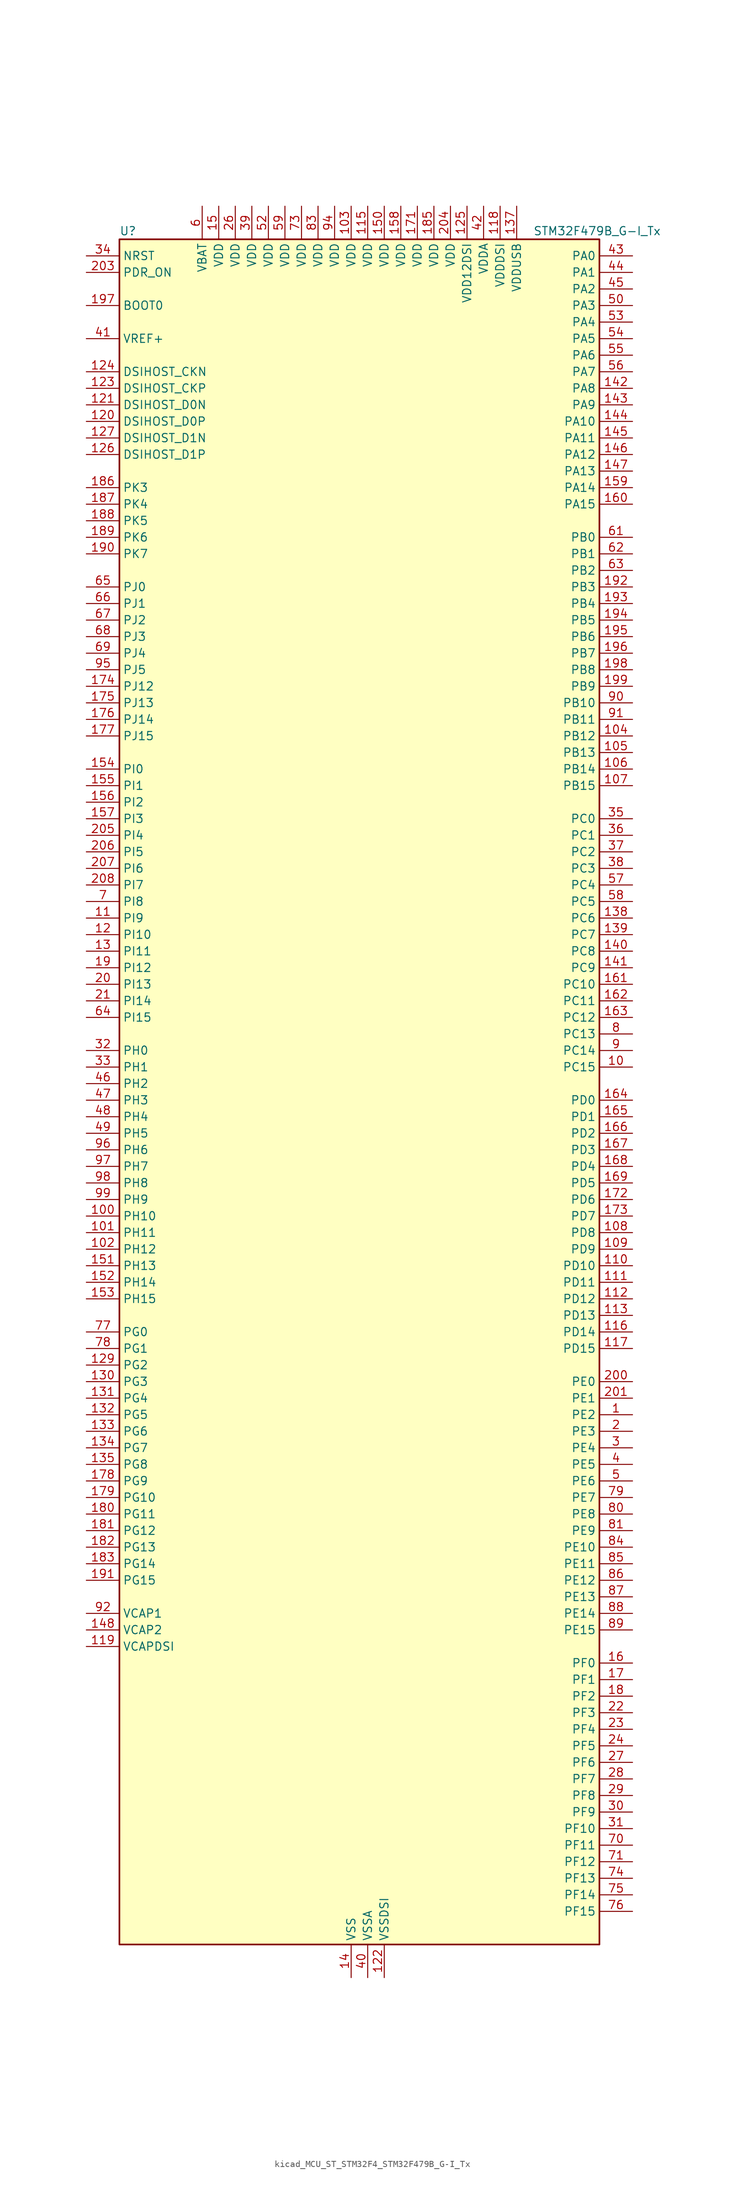
<source format=kicad_sym>
(kicad_symbol_lib
  (version 20220914)
  (generator kicad_symbol_editor)
  (symbol "kicad_MCU_ST_STM32F4_STM32F479B_G-I_Tx"
    (property "Reference" "U"
      (at -35.56 133.35 0)
      (effects (font (size 1.27 1.27)) (justify left)))
    (property "Value" "STM32F479B_G-I_Tx"
      (at 27.94 133.35 0)
      (effects (font (size 1.27 1.27)) (justify left)))
    (property "ki_locked" ""
      (at 0 0 0)
      (effects (font (size 1.27 1.27))))
    (symbol "kicad_MCU_ST_STM32F4_STM32F479B_G-I_Tx_0_1"
      (rectangle (start -35.56 -129.54) (end 38.1 132.08) (stroke (width 0.254) (type default)) (fill (type background))))
    (symbol "kicad_MCU_ST_STM32F4_STM32F479B_G-I_Tx_1_1"
      (pin bidirectional line (at 43.18 -48.26 180) (length 5.08) (name "PE2" (effects (font (size 1.27 1.27)))) (number "1" (effects (font (size 1.27 1.27)))) (alternate "ETH_TXD3" bidirectional line) (alternate "FMC_A23" bidirectional line) (alternate "QUADSPI_BK1_IO2" bidirectional line) (alternate "SAI1_MCLK_A" bidirectional line) (alternate "SPI4_SCK" bidirectional line) (alternate "SYS_TRACECLK" bidirectional line))
      (pin bidirectional line (at 43.18 5.08 180) (length 5.08) (name "PC15" (effects (font (size 1.27 1.27)))) (number "10" (effects (font (size 1.27 1.27)))) (alternate "ADC1_EXTI15" bidirectional line) (alternate "ADC2_EXTI15" bidirectional line) (alternate "ADC3_EXTI15" bidirectional line) (alternate "RCC_OSC32_OUT" bidirectional line))
      (pin bidirectional line (at -40.64 -17.78 0) (length 5.08) (name "PH10" (effects (font (size 1.27 1.27)))) (number "100" (effects (font (size 1.27 1.27)))) (alternate "DCMI_D1" bidirectional line) (alternate "FMC_D18" bidirectional line) (alternate "LTDC_R4" bidirectional line) (alternate "TIM5_CH1" bidirectional line))
      (pin bidirectional line (at -40.64 -20.32 0) (length 5.08) (name "PH11" (effects (font (size 1.27 1.27)))) (number "101" (effects (font (size 1.27 1.27)))) (alternate "ADC1_EXTI11" bidirectional line) (alternate "ADC2_EXTI11" bidirectional line) (alternate "ADC3_EXTI11" bidirectional line) (alternate "DCMI_D2" bidirectional line) (alternate "FMC_D19" bidirectional line) (alternate "LTDC_R5" bidirectional line) (alternate "TIM5_CH2" bidirectional line))
      (pin bidirectional line (at -40.64 -22.86 0) (length 5.08) (name "PH12" (effects (font (size 1.27 1.27)))) (number "102" (effects (font (size 1.27 1.27)))) (alternate "DCMI_D3" bidirectional line) (alternate "FMC_D20" bidirectional line) (alternate "LTDC_R6" bidirectional line) (alternate "TIM5_CH3" bidirectional line))
      (pin power_in line (at 0 137.16 270) (length 5.08) (name "VDD" (effects (font (size 1.27 1.27)))) (number "103" (effects (font (size 1.27 1.27)))))
      (pin bidirectional line (at 43.18 55.88 180) (length 5.08) (name "PB12" (effects (font (size 1.27 1.27)))) (number "104" (effects (font (size 1.27 1.27)))) (alternate "CAN2_RX" bidirectional line) (alternate "ETH_TXD0" bidirectional line) (alternate "I2C2_SMBA" bidirectional line) (alternate "I2S2_WS" bidirectional line) (alternate "SPI2_NSS" bidirectional line) (alternate "TIM1_BKIN" bidirectional line) (alternate "USART3_CK" bidirectional line) (alternate "USB_OTG_HS_ID" bidirectional line) (alternate "USB_OTG_HS_ULPI_D5" bidirectional line))
      (pin bidirectional line (at 43.18 53.34 180) (length 5.08) (name "PB13" (effects (font (size 1.27 1.27)))) (number "105" (effects (font (size 1.27 1.27)))) (alternate "CAN2_TX" bidirectional line) (alternate "ETH_TXD1" bidirectional line) (alternate "I2S2_CK" bidirectional line) (alternate "SPI2_SCK" bidirectional line) (alternate "TIM1_CH1N" bidirectional line) (alternate "USART3_CTS" bidirectional line) (alternate "USB_OTG_HS_ULPI_D6" bidirectional line) (alternate "USB_OTG_HS_VBUS" bidirectional line))
      (pin bidirectional line (at 43.18 50.8 180) (length 5.08) (name "PB14" (effects (font (size 1.27 1.27)))) (number "106" (effects (font (size 1.27 1.27)))) (alternate "I2S2_ext_SD" bidirectional line) (alternate "SPI2_MISO" bidirectional line) (alternate "TIM12_CH1" bidirectional line) (alternate "TIM1_CH2N" bidirectional line) (alternate "TIM8_CH2N" bidirectional line) (alternate "USART3_RTS" bidirectional line) (alternate "USB_OTG_HS_DM" bidirectional line))
      (pin bidirectional line (at 43.18 48.26 180) (length 5.08) (name "PB15" (effects (font (size 1.27 1.27)))) (number "107" (effects (font (size 1.27 1.27)))) (alternate "ADC1_EXTI15" bidirectional line) (alternate "ADC2_EXTI15" bidirectional line) (alternate "ADC3_EXTI15" bidirectional line) (alternate "I2S2_SD" bidirectional line) (alternate "RTC_REFIN" bidirectional line) (alternate "SPI2_MOSI" bidirectional line) (alternate "TIM12_CH2" bidirectional line) (alternate "TIM1_CH3N" bidirectional line) (alternate "TIM8_CH3N" bidirectional line) (alternate "USB_OTG_HS_DP" bidirectional line))
      (pin bidirectional line (at 43.18 -20.32 180) (length 5.08) (name "PD8" (effects (font (size 1.27 1.27)))) (number "108" (effects (font (size 1.27 1.27)))) (alternate "FMC_D13" bidirectional line) (alternate "FMC_DA13" bidirectional line) (alternate "USART3_TX" bidirectional line))
      (pin bidirectional line (at 43.18 -22.86 180) (length 5.08) (name "PD9" (effects (font (size 1.27 1.27)))) (number "109" (effects (font (size 1.27 1.27)))) (alternate "DAC_EXTI9" bidirectional line) (alternate "FMC_D14" bidirectional line) (alternate "FMC_DA14" bidirectional line) (alternate "USART3_RX" bidirectional line))
      (pin bidirectional line (at -40.64 27.94 0) (length 5.08) (name "PI9" (effects (font (size 1.27 1.27)))) (number "11" (effects (font (size 1.27 1.27)))) (alternate "CAN1_RX" bidirectional line) (alternate "DAC_EXTI9" bidirectional line) (alternate "FMC_D30" bidirectional line) (alternate "LTDC_VSYNC" bidirectional line))
      (pin bidirectional line (at 43.18 -25.4 180) (length 5.08) (name "PD10" (effects (font (size 1.27 1.27)))) (number "110" (effects (font (size 1.27 1.27)))) (alternate "FMC_D15" bidirectional line) (alternate "FMC_DA15" bidirectional line) (alternate "LTDC_B3" bidirectional line) (alternate "USART3_CK" bidirectional line))
      (pin bidirectional line (at 43.18 -27.94 180) (length 5.08) (name "PD11" (effects (font (size 1.27 1.27)))) (number "111" (effects (font (size 1.27 1.27)))) (alternate "ADC1_EXTI11" bidirectional line) (alternate "ADC2_EXTI11" bidirectional line) (alternate "ADC3_EXTI11" bidirectional line) (alternate "FMC_A16" bidirectional line) (alternate "FMC_CLE" bidirectional line) (alternate "QUADSPI_BK1_IO0" bidirectional line) (alternate "USART3_CTS" bidirectional line))
      (pin bidirectional line (at 43.18 -30.48 180) (length 5.08) (name "PD12" (effects (font (size 1.27 1.27)))) (number "112" (effects (font (size 1.27 1.27)))) (alternate "FMC_A17" bidirectional line) (alternate "FMC_ALE" bidirectional line) (alternate "QUADSPI_BK1_IO1" bidirectional line) (alternate "TIM4_CH1" bidirectional line) (alternate "USART3_RTS" bidirectional line))
      (pin bidirectional line (at 43.18 -33.02 180) (length 5.08) (name "PD13" (effects (font (size 1.27 1.27)))) (number "113" (effects (font (size 1.27 1.27)))) (alternate "FMC_A18" bidirectional line) (alternate "QUADSPI_BK1_IO3" bidirectional line) (alternate "TIM4_CH2" bidirectional line))
      (pin passive line (at 0 -134.62 90) (length 5.08) hide (name "VSS" (effects (font (size 1.27 1.27)))) (number "114" (effects (font (size 1.27 1.27)))))
      (pin power_in line (at 2.54 137.16 270) (length 5.08) (name "VDD" (effects (font (size 1.27 1.27)))) (number "115" (effects (font (size 1.27 1.27)))))
      (pin bidirectional line (at 43.18 -35.56 180) (length 5.08) (name "PD14" (effects (font (size 1.27 1.27)))) (number "116" (effects (font (size 1.27 1.27)))) (alternate "FMC_D0" bidirectional line) (alternate "FMC_DA0" bidirectional line) (alternate "TIM4_CH3" bidirectional line))
      (pin bidirectional line (at 43.18 -38.1 180) (length 5.08) (name "PD15" (effects (font (size 1.27 1.27)))) (number "117" (effects (font (size 1.27 1.27)))) (alternate "ADC1_EXTI15" bidirectional line) (alternate "ADC2_EXTI15" bidirectional line) (alternate "ADC3_EXTI15" bidirectional line) (alternate "FMC_D1" bidirectional line) (alternate "FMC_DA1" bidirectional line) (alternate "TIM4_CH4" bidirectional line))
      (pin power_in line (at 22.86 137.16 270) (length 5.08) (name "VDDDSI" (effects (font (size 1.27 1.27)))) (number "118" (effects (font (size 1.27 1.27)))))
      (pin power_out line (at -40.64 -83.82 0) (length 5.08) (name "VCAPDSI" (effects (font (size 1.27 1.27)))) (number "119" (effects (font (size 1.27 1.27)))))
      (pin bidirectional line (at -40.64 25.4 0) (length 5.08) (name "PI10" (effects (font (size 1.27 1.27)))) (number "12" (effects (font (size 1.27 1.27)))) (alternate "ETH_RX_ER" bidirectional line) (alternate "FMC_D31" bidirectional line) (alternate "LTDC_HSYNC" bidirectional line))
      (pin bidirectional line (at -40.64 104.14 0) (length 5.08) (name "DSIHOST_D0P" (effects (font (size 1.27 1.27)))) (number "120" (effects (font (size 1.27 1.27)))) (alternate "DSIHOST_D0P" bidirectional line))
      (pin bidirectional line (at -40.64 106.68 0) (length 5.08) (name "DSIHOST_D0N" (effects (font (size 1.27 1.27)))) (number "121" (effects (font (size 1.27 1.27)))) (alternate "DSIHOST_D0N" bidirectional line))
      (pin power_in line (at 5.08 -134.62 90) (length 5.08) (name "VSSDSI" (effects (font (size 1.27 1.27)))) (number "122" (effects (font (size 1.27 1.27)))))
      (pin bidirectional line (at -40.64 109.22 0) (length 5.08) (name "DSIHOST_CKP" (effects (font (size 1.27 1.27)))) (number "123" (effects (font (size 1.27 1.27)))) (alternate "DSIHOST_CKP" bidirectional line))
      (pin bidirectional line (at -40.64 111.76 0) (length 5.08) (name "DSIHOST_CKN" (effects (font (size 1.27 1.27)))) (number "124" (effects (font (size 1.27 1.27)))) (alternate "DSIHOST_CKN" bidirectional line))
      (pin power_in line (at 17.78 137.16 270) (length 5.08) (name "VDD12DSI" (effects (font (size 1.27 1.27)))) (number "125" (effects (font (size 1.27 1.27)))))
      (pin bidirectional line (at -40.64 99.06 0) (length 5.08) (name "DSIHOST_D1P" (effects (font (size 1.27 1.27)))) (number "126" (effects (font (size 1.27 1.27)))) (alternate "DSIHOST_D1P" bidirectional line))
      (pin bidirectional line (at -40.64 101.6 0) (length 5.08) (name "DSIHOST_D1N" (effects (font (size 1.27 1.27)))) (number "127" (effects (font (size 1.27 1.27)))) (alternate "DSIHOST_D1N" bidirectional line))
      (pin passive line (at 5.08 -134.62 90) (length 5.08) hide (name "VSSDSI" (effects (font (size 1.27 1.27)))) (number "128" (effects (font (size 1.27 1.27)))))
      (pin bidirectional line (at -40.64 -40.64 0) (length 5.08) (name "PG2" (effects (font (size 1.27 1.27)))) (number "129" (effects (font (size 1.27 1.27)))) (alternate "FMC_A12" bidirectional line))
      (pin bidirectional line (at -40.64 22.86 0) (length 5.08) (name "PI11" (effects (font (size 1.27 1.27)))) (number "13" (effects (font (size 1.27 1.27)))) (alternate "ADC1_EXTI11" bidirectional line) (alternate "ADC2_EXTI11" bidirectional line) (alternate "ADC3_EXTI11" bidirectional line) (alternate "LTDC_G6" bidirectional line) (alternate "USB_OTG_HS_ULPI_DIR" bidirectional line))
      (pin bidirectional line (at -40.64 -43.18 0) (length 5.08) (name "PG3" (effects (font (size 1.27 1.27)))) (number "130" (effects (font (size 1.27 1.27)))) (alternate "FMC_A13" bidirectional line))
      (pin bidirectional line (at -40.64 -45.72 0) (length 5.08) (name "PG4" (effects (font (size 1.27 1.27)))) (number "131" (effects (font (size 1.27 1.27)))) (alternate "FMC_A14" bidirectional line) (alternate "FMC_BA0" bidirectional line))
      (pin bidirectional line (at -40.64 -48.26 0) (length 5.08) (name "PG5" (effects (font (size 1.27 1.27)))) (number "132" (effects (font (size 1.27 1.27)))) (alternate "FMC_A15" bidirectional line) (alternate "FMC_BA1" bidirectional line))
      (pin bidirectional line (at -40.64 -50.8 0) (length 5.08) (name "PG6" (effects (font (size 1.27 1.27)))) (number "133" (effects (font (size 1.27 1.27)))) (alternate "DCMI_D12" bidirectional line) (alternate "LTDC_R7" bidirectional line))
      (pin bidirectional line (at -40.64 -53.34 0) (length 5.08) (name "PG7" (effects (font (size 1.27 1.27)))) (number "134" (effects (font (size 1.27 1.27)))) (alternate "DCMI_D13" bidirectional line) (alternate "FMC_INT" bidirectional line) (alternate "LTDC_CLK" bidirectional line) (alternate "SAI1_MCLK_A" bidirectional line) (alternate "USART6_CK" bidirectional line))
      (pin bidirectional line (at -40.64 -55.88 0) (length 5.08) (name "PG8" (effects (font (size 1.27 1.27)))) (number "135" (effects (font (size 1.27 1.27)))) (alternate "ETH_PPS_OUT" bidirectional line) (alternate "FMC_SDCLK" bidirectional line) (alternate "LTDC_G7" bidirectional line) (alternate "SPI6_NSS" bidirectional line) (alternate "USART6_RTS" bidirectional line))
      (pin passive line (at 0 -134.62 90) (length 5.08) hide (name "VSS" (effects (font (size 1.27 1.27)))) (number "136" (effects (font (size 1.27 1.27)))))
      (pin power_in line (at 25.4 137.16 270) (length 5.08) (name "VDDUSB" (effects (font (size 1.27 1.27)))) (number "137" (effects (font (size 1.27 1.27)))))
      (pin bidirectional line (at 43.18 27.94 180) (length 5.08) (name "PC6" (effects (font (size 1.27 1.27)))) (number "138" (effects (font (size 1.27 1.27)))) (alternate "DCMI_D0" bidirectional line) (alternate "I2S2_MCK" bidirectional line) (alternate "LTDC_HSYNC" bidirectional line) (alternate "SDIO_D6" bidirectional line) (alternate "TIM3_CH1" bidirectional line) (alternate "TIM8_CH1" bidirectional line) (alternate "USART6_TX" bidirectional line))
      (pin bidirectional line (at 43.18 25.4 180) (length 5.08) (name "PC7" (effects (font (size 1.27 1.27)))) (number "139" (effects (font (size 1.27 1.27)))) (alternate "DCMI_D1" bidirectional line) (alternate "I2S3_MCK" bidirectional line) (alternate "LTDC_G6" bidirectional line) (alternate "SDIO_D7" bidirectional line) (alternate "TIM3_CH2" bidirectional line) (alternate "TIM8_CH2" bidirectional line) (alternate "USART6_RX" bidirectional line))
      (pin power_in line (at 0 -134.62 90) (length 5.08) (name "VSS" (effects (font (size 1.27 1.27)))) (number "14" (effects (font (size 1.27 1.27)))))
      (pin bidirectional line (at 43.18 22.86 180) (length 5.08) (name "PC8" (effects (font (size 1.27 1.27)))) (number "140" (effects (font (size 1.27 1.27)))) (alternate "DCMI_D2" bidirectional line) (alternate "SDIO_D0" bidirectional line) (alternate "SYS_TRACED1" bidirectional line) (alternate "TIM3_CH3" bidirectional line) (alternate "TIM8_CH3" bidirectional line) (alternate "USART6_CK" bidirectional line))
      (pin bidirectional line (at 43.18 20.32 180) (length 5.08) (name "PC9" (effects (font (size 1.27 1.27)))) (number "141" (effects (font (size 1.27 1.27)))) (alternate "DAC_EXTI9" bidirectional line) (alternate "DCMI_D3" bidirectional line) (alternate "I2C3_SDA" bidirectional line) (alternate "I2S_CKIN" bidirectional line) (alternate "QUADSPI_BK1_IO0" bidirectional line) (alternate "RCC_MCO_2" bidirectional line) (alternate "SDIO_D1" bidirectional line) (alternate "TIM3_CH4" bidirectional line) (alternate "TIM8_CH4" bidirectional line))
      (pin bidirectional line (at 43.18 109.22 180) (length 5.08) (name "PA8" (effects (font (size 1.27 1.27)))) (number "142" (effects (font (size 1.27 1.27)))) (alternate "I2C3_SCL" bidirectional line) (alternate "LTDC_R6" bidirectional line) (alternate "RCC_MCO_1" bidirectional line) (alternate "TIM1_CH1" bidirectional line) (alternate "USART1_CK" bidirectional line) (alternate "USB_OTG_FS_SOF" bidirectional line))
      (pin bidirectional line (at 43.18 106.68 180) (length 5.08) (name "PA9" (effects (font (size 1.27 1.27)))) (number "143" (effects (font (size 1.27 1.27)))) (alternate "DAC_EXTI9" bidirectional line) (alternate "DCMI_D0" bidirectional line) (alternate "I2C3_SMBA" bidirectional line) (alternate "I2S2_CK" bidirectional line) (alternate "SPI2_SCK" bidirectional line) (alternate "TIM1_CH2" bidirectional line) (alternate "USART1_TX" bidirectional line) (alternate "USB_OTG_FS_VBUS" bidirectional line))
      (pin bidirectional line (at 43.18 104.14 180) (length 5.08) (name "PA10" (effects (font (size 1.27 1.27)))) (number "144" (effects (font (size 1.27 1.27)))) (alternate "DCMI_D1" bidirectional line) (alternate "TIM1_CH3" bidirectional line) (alternate "USART1_RX" bidirectional line) (alternate "USB_OTG_FS_ID" bidirectional line))
      (pin bidirectional line (at 43.18 101.6 180) (length 5.08) (name "PA11" (effects (font (size 1.27 1.27)))) (number "145" (effects (font (size 1.27 1.27)))) (alternate "ADC1_EXTI11" bidirectional line) (alternate "ADC2_EXTI11" bidirectional line) (alternate "ADC3_EXTI11" bidirectional line) (alternate "CAN1_RX" bidirectional line) (alternate "LTDC_R4" bidirectional line) (alternate "TIM1_CH4" bidirectional line) (alternate "USART1_CTS" bidirectional line) (alternate "USB_OTG_FS_DM" bidirectional line))
      (pin bidirectional line (at 43.18 99.06 180) (length 5.08) (name "PA12" (effects (font (size 1.27 1.27)))) (number "146" (effects (font (size 1.27 1.27)))) (alternate "CAN1_TX" bidirectional line) (alternate "LTDC_R5" bidirectional line) (alternate "TIM1_ETR" bidirectional line) (alternate "USART1_RTS" bidirectional line) (alternate "USB_OTG_FS_DP" bidirectional line))
      (pin bidirectional line (at 43.18 96.52 180) (length 5.08) (name "PA13" (effects (font (size 1.27 1.27)))) (number "147" (effects (font (size 1.27 1.27)))) (alternate "SYS_JTMS-SWDIO" bidirectional line))
      (pin power_out line (at -40.64 -81.28 0) (length 5.08) (name "VCAP2" (effects (font (size 1.27 1.27)))) (number "148" (effects (font (size 1.27 1.27)))))
      (pin passive line (at 0 -134.62 90) (length 5.08) hide (name "VSS" (effects (font (size 1.27 1.27)))) (number "149" (effects (font (size 1.27 1.27)))))
      (pin power_in line (at -20.32 137.16 270) (length 5.08) (name "VDD" (effects (font (size 1.27 1.27)))) (number "15" (effects (font (size 1.27 1.27)))))
      (pin power_in line (at 5.08 137.16 270) (length 5.08) (name "VDD" (effects (font (size 1.27 1.27)))) (number "150" (effects (font (size 1.27 1.27)))))
      (pin bidirectional line (at -40.64 -25.4 0) (length 5.08) (name "PH13" (effects (font (size 1.27 1.27)))) (number "151" (effects (font (size 1.27 1.27)))) (alternate "CAN1_TX" bidirectional line) (alternate "FMC_D21" bidirectional line) (alternate "LTDC_G2" bidirectional line) (alternate "TIM8_CH1N" bidirectional line))
      (pin bidirectional line (at -40.64 -27.94 0) (length 5.08) (name "PH14" (effects (font (size 1.27 1.27)))) (number "152" (effects (font (size 1.27 1.27)))) (alternate "DCMI_D4" bidirectional line) (alternate "FMC_D22" bidirectional line) (alternate "LTDC_G3" bidirectional line) (alternate "TIM8_CH2N" bidirectional line))
      (pin bidirectional line (at -40.64 -30.48 0) (length 5.08) (name "PH15" (effects (font (size 1.27 1.27)))) (number "153" (effects (font (size 1.27 1.27)))) (alternate "ADC1_EXTI15" bidirectional line) (alternate "ADC2_EXTI15" bidirectional line) (alternate "ADC3_EXTI15" bidirectional line) (alternate "DCMI_D11" bidirectional line) (alternate "FMC_D23" bidirectional line) (alternate "LTDC_G4" bidirectional line) (alternate "TIM8_CH3N" bidirectional line))
      (pin bidirectional line (at -40.64 50.8 0) (length 5.08) (name "PI0" (effects (font (size 1.27 1.27)))) (number "154" (effects (font (size 1.27 1.27)))) (alternate "DCMI_D13" bidirectional line) (alternate "FMC_D24" bidirectional line) (alternate "I2S2_WS" bidirectional line) (alternate "LTDC_G5" bidirectional line) (alternate "SPI2_NSS" bidirectional line) (alternate "TIM5_CH4" bidirectional line))
      (pin bidirectional line (at -40.64 48.26 0) (length 5.08) (name "PI1" (effects (font (size 1.27 1.27)))) (number "155" (effects (font (size 1.27 1.27)))) (alternate "DCMI_D8" bidirectional line) (alternate "FMC_D25" bidirectional line) (alternate "I2S2_CK" bidirectional line) (alternate "LTDC_G6" bidirectional line) (alternate "SPI2_SCK" bidirectional line))
      (pin bidirectional line (at -40.64 45.72 0) (length 5.08) (name "PI2" (effects (font (size 1.27 1.27)))) (number "156" (effects (font (size 1.27 1.27)))) (alternate "DCMI_D9" bidirectional line) (alternate "FMC_D26" bidirectional line) (alternate "I2S2_ext_SD" bidirectional line) (alternate "LTDC_G7" bidirectional line) (alternate "SPI2_MISO" bidirectional line) (alternate "TIM8_CH4" bidirectional line))
      (pin bidirectional line (at -40.64 43.18 0) (length 5.08) (name "PI3" (effects (font (size 1.27 1.27)))) (number "157" (effects (font (size 1.27 1.27)))) (alternate "DCMI_D10" bidirectional line) (alternate "FMC_D27" bidirectional line) (alternate "I2S2_SD" bidirectional line) (alternate "SPI2_MOSI" bidirectional line) (alternate "TIM8_ETR" bidirectional line))
      (pin power_in line (at 7.62 137.16 270) (length 5.08) (name "VDD" (effects (font (size 1.27 1.27)))) (number "158" (effects (font (size 1.27 1.27)))))
      (pin bidirectional line (at 43.18 93.98 180) (length 5.08) (name "PA14" (effects (font (size 1.27 1.27)))) (number "159" (effects (font (size 1.27 1.27)))) (alternate "SYS_JTCK-SWCLK" bidirectional line))
      (pin bidirectional line (at 43.18 -86.36 180) (length 5.08) (name "PF0" (effects (font (size 1.27 1.27)))) (number "16" (effects (font (size 1.27 1.27)))) (alternate "FMC_A0" bidirectional line) (alternate "I2C2_SDA" bidirectional line))
      (pin bidirectional line (at 43.18 91.44 180) (length 5.08) (name "PA15" (effects (font (size 1.27 1.27)))) (number "160" (effects (font (size 1.27 1.27)))) (alternate "ADC1_EXTI15" bidirectional line) (alternate "ADC2_EXTI15" bidirectional line) (alternate "ADC3_EXTI15" bidirectional line) (alternate "I2S3_WS" bidirectional line) (alternate "SPI1_NSS" bidirectional line) (alternate "SPI3_NSS" bidirectional line) (alternate "SYS_JTDI" bidirectional line) (alternate "TIM2_CH1" bidirectional line) (alternate "TIM2_ETR" bidirectional line))
      (pin bidirectional line (at 43.18 17.78 180) (length 5.08) (name "PC10" (effects (font (size 1.27 1.27)))) (number "161" (effects (font (size 1.27 1.27)))) (alternate "DCMI_D8" bidirectional line) (alternate "I2S3_CK" bidirectional line) (alternate "LTDC_R2" bidirectional line) (alternate "QUADSPI_BK1_IO1" bidirectional line) (alternate "SDIO_D2" bidirectional line) (alternate "SPI3_SCK" bidirectional line) (alternate "UART4_TX" bidirectional line) (alternate "USART3_TX" bidirectional line))
      (pin bidirectional line (at 43.18 15.24 180) (length 5.08) (name "PC11" (effects (font (size 1.27 1.27)))) (number "162" (effects (font (size 1.27 1.27)))) (alternate "ADC1_EXTI11" bidirectional line) (alternate "ADC2_EXTI11" bidirectional line) (alternate "ADC3_EXTI11" bidirectional line) (alternate "DCMI_D4" bidirectional line) (alternate "I2S3_ext_SD" bidirectional line) (alternate "QUADSPI_BK2_NCS" bidirectional line) (alternate "SDIO_D3" bidirectional line) (alternate "SPI3_MISO" bidirectional line) (alternate "UART4_RX" bidirectional line) (alternate "USART3_RX" bidirectional line))
      (pin bidirectional line (at 43.18 12.7 180) (length 5.08) (name "PC12" (effects (font (size 1.27 1.27)))) (number "163" (effects (font (size 1.27 1.27)))) (alternate "DCMI_D9" bidirectional line) (alternate "I2S3_SD" bidirectional line) (alternate "SDIO_CK" bidirectional line) (alternate "SPI3_MOSI" bidirectional line) (alternate "SYS_TRACED3" bidirectional line) (alternate "UART5_TX" bidirectional line) (alternate "USART3_CK" bidirectional line))
      (pin bidirectional line (at 43.18 0 180) (length 5.08) (name "PD0" (effects (font (size 1.27 1.27)))) (number "164" (effects (font (size 1.27 1.27)))) (alternate "CAN1_RX" bidirectional line) (alternate "FMC_D2" bidirectional line) (alternate "FMC_DA2" bidirectional line))
      (pin bidirectional line (at 43.18 -2.54 180) (length 5.08) (name "PD1" (effects (font (size 1.27 1.27)))) (number "165" (effects (font (size 1.27 1.27)))) (alternate "CAN1_TX" bidirectional line) (alternate "FMC_D3" bidirectional line) (alternate "FMC_DA3" bidirectional line))
      (pin bidirectional line (at 43.18 -5.08 180) (length 5.08) (name "PD2" (effects (font (size 1.27 1.27)))) (number "166" (effects (font (size 1.27 1.27)))) (alternate "DCMI_D11" bidirectional line) (alternate "SDIO_CMD" bidirectional line) (alternate "SYS_TRACED2" bidirectional line) (alternate "TIM3_ETR" bidirectional line) (alternate "UART5_RX" bidirectional line))
      (pin bidirectional line (at 43.18 -7.62 180) (length 5.08) (name "PD3" (effects (font (size 1.27 1.27)))) (number "167" (effects (font (size 1.27 1.27)))) (alternate "DCMI_D5" bidirectional line) (alternate "FMC_CLK" bidirectional line) (alternate "I2S2_CK" bidirectional line) (alternate "LTDC_G7" bidirectional line) (alternate "SPI2_SCK" bidirectional line) (alternate "USART2_CTS" bidirectional line))
      (pin bidirectional line (at 43.18 -10.16 180) (length 5.08) (name "PD4" (effects (font (size 1.27 1.27)))) (number "168" (effects (font (size 1.27 1.27)))) (alternate "FMC_NOE" bidirectional line) (alternate "USART2_RTS" bidirectional line))
      (pin bidirectional line (at 43.18 -12.7 180) (length 5.08) (name "PD5" (effects (font (size 1.27 1.27)))) (number "169" (effects (font (size 1.27 1.27)))) (alternate "FMC_NWE" bidirectional line) (alternate "USART2_TX" bidirectional line))
      (pin bidirectional line (at 43.18 -88.9 180) (length 5.08) (name "PF1" (effects (font (size 1.27 1.27)))) (number "17" (effects (font (size 1.27 1.27)))) (alternate "FMC_A1" bidirectional line) (alternate "I2C2_SCL" bidirectional line))
      (pin passive line (at 0 -134.62 90) (length 5.08) hide (name "VSS" (effects (font (size 1.27 1.27)))) (number "170" (effects (font (size 1.27 1.27)))))
      (pin power_in line (at 10.16 137.16 270) (length 5.08) (name "VDD" (effects (font (size 1.27 1.27)))) (number "171" (effects (font (size 1.27 1.27)))))
      (pin bidirectional line (at 43.18 -15.24 180) (length 5.08) (name "PD6" (effects (font (size 1.27 1.27)))) (number "172" (effects (font (size 1.27 1.27)))) (alternate "DCMI_D10" bidirectional line) (alternate "FMC_NWAIT" bidirectional line) (alternate "I2S3_SD" bidirectional line) (alternate "LTDC_B2" bidirectional line) (alternate "SAI1_SD_A" bidirectional line) (alternate "SPI3_MOSI" bidirectional line) (alternate "USART2_RX" bidirectional line))
      (pin bidirectional line (at 43.18 -17.78 180) (length 5.08) (name "PD7" (effects (font (size 1.27 1.27)))) (number "173" (effects (font (size 1.27 1.27)))) (alternate "FMC_NE1" bidirectional line) (alternate "USART2_CK" bidirectional line))
      (pin bidirectional line (at -40.64 63.5 0) (length 5.08) (name "PJ12" (effects (font (size 1.27 1.27)))) (number "174" (effects (font (size 1.27 1.27)))) (alternate "LTDC_B0" bidirectional line) (alternate "LTDC_G3" bidirectional line))
      (pin bidirectional line (at -40.64 60.96 0) (length 5.08) (name "PJ13" (effects (font (size 1.27 1.27)))) (number "175" (effects (font (size 1.27 1.27)))) (alternate "LTDC_B1" bidirectional line) (alternate "LTDC_G4" bidirectional line))
      (pin bidirectional line (at -40.64 58.42 0) (length 5.08) (name "PJ14" (effects (font (size 1.27 1.27)))) (number "176" (effects (font (size 1.27 1.27)))) (alternate "LTDC_B2" bidirectional line))
      (pin bidirectional line (at -40.64 55.88 0) (length 5.08) (name "PJ15" (effects (font (size 1.27 1.27)))) (number "177" (effects (font (size 1.27 1.27)))) (alternate "ADC1_EXTI15" bidirectional line) (alternate "ADC2_EXTI15" bidirectional line) (alternate "ADC3_EXTI15" bidirectional line) (alternate "LTDC_B3" bidirectional line))
      (pin bidirectional line (at -40.64 -58.42 0) (length 5.08) (name "PG9" (effects (font (size 1.27 1.27)))) (number "178" (effects (font (size 1.27 1.27)))) (alternate "DAC_EXTI9" bidirectional line) (alternate "DCMI_VSYNC" bidirectional line) (alternate "FMC_NCE" bidirectional line) (alternate "FMC_NE2" bidirectional line) (alternate "QUADSPI_BK2_IO2" bidirectional line) (alternate "USART6_RX" bidirectional line))
      (pin bidirectional line (at -40.64 -60.96 0) (length 5.08) (name "PG10" (effects (font (size 1.27 1.27)))) (number "179" (effects (font (size 1.27 1.27)))) (alternate "DCMI_D2" bidirectional line) (alternate "FMC_NE3" bidirectional line) (alternate "LTDC_B2" bidirectional line) (alternate "LTDC_G3" bidirectional line))
      (pin bidirectional line (at 43.18 -91.44 180) (length 5.08) (name "PF2" (effects (font (size 1.27 1.27)))) (number "18" (effects (font (size 1.27 1.27)))) (alternate "FMC_A2" bidirectional line) (alternate "I2C2_SMBA" bidirectional line))
      (pin bidirectional line (at -40.64 -63.5 0) (length 5.08) (name "PG11" (effects (font (size 1.27 1.27)))) (number "180" (effects (font (size 1.27 1.27)))) (alternate "ADC1_EXTI11" bidirectional line) (alternate "ADC2_EXTI11" bidirectional line) (alternate "ADC3_EXTI11" bidirectional line) (alternate "DCMI_D3" bidirectional line) (alternate "ETH_TX_EN" bidirectional line) (alternate "LTDC_B3" bidirectional line))
      (pin bidirectional line (at -40.64 -66.04 0) (length 5.08) (name "PG12" (effects (font (size 1.27 1.27)))) (number "181" (effects (font (size 1.27 1.27)))) (alternate "FMC_NE4" bidirectional line) (alternate "LTDC_B1" bidirectional line) (alternate "LTDC_B4" bidirectional line) (alternate "SPI6_MISO" bidirectional line) (alternate "USART6_RTS" bidirectional line))
      (pin bidirectional line (at -40.64 -68.58 0) (length 5.08) (name "PG13" (effects (font (size 1.27 1.27)))) (number "182" (effects (font (size 1.27 1.27)))) (alternate "ETH_TXD0" bidirectional line) (alternate "FMC_A24" bidirectional line) (alternate "LTDC_R0" bidirectional line) (alternate "SPI6_SCK" bidirectional line) (alternate "SYS_TRACED0" bidirectional line) (alternate "USART6_CTS" bidirectional line))
      (pin bidirectional line (at -40.64 -71.12 0) (length 5.08) (name "PG14" (effects (font (size 1.27 1.27)))) (number "183" (effects (font (size 1.27 1.27)))) (alternate "ETH_TXD1" bidirectional line) (alternate "FMC_A25" bidirectional line) (alternate "LTDC_B0" bidirectional line) (alternate "QUADSPI_BK2_IO3" bidirectional line) (alternate "SPI6_MOSI" bidirectional line) (alternate "SYS_TRACED1" bidirectional line) (alternate "USART6_TX" bidirectional line))
      (pin passive line (at 0 -134.62 90) (length 5.08) hide (name "VSS" (effects (font (size 1.27 1.27)))) (number "184" (effects (font (size 1.27 1.27)))))
      (pin power_in line (at 12.7 137.16 270) (length 5.08) (name "VDD" (effects (font (size 1.27 1.27)))) (number "185" (effects (font (size 1.27 1.27)))))
      (pin bidirectional line (at -40.64 93.98 0) (length 5.08) (name "PK3" (effects (font (size 1.27 1.27)))) (number "186" (effects (font (size 1.27 1.27)))) (alternate "LTDC_B4" bidirectional line))
      (pin bidirectional line (at -40.64 91.44 0) (length 5.08) (name "PK4" (effects (font (size 1.27 1.27)))) (number "187" (effects (font (size 1.27 1.27)))) (alternate "LTDC_B5" bidirectional line))
      (pin bidirectional line (at -40.64 88.9 0) (length 5.08) (name "PK5" (effects (font (size 1.27 1.27)))) (number "188" (effects (font (size 1.27 1.27)))) (alternate "LTDC_B6" bidirectional line))
      (pin bidirectional line (at -40.64 86.36 0) (length 5.08) (name "PK6" (effects (font (size 1.27 1.27)))) (number "189" (effects (font (size 1.27 1.27)))) (alternate "LTDC_B7" bidirectional line))
      (pin bidirectional line (at -40.64 20.32 0) (length 5.08) (name "PI12" (effects (font (size 1.27 1.27)))) (number "19" (effects (font (size 1.27 1.27)))) (alternate "LTDC_HSYNC" bidirectional line))
      (pin bidirectional line (at -40.64 83.82 0) (length 5.08) (name "PK7" (effects (font (size 1.27 1.27)))) (number "190" (effects (font (size 1.27 1.27)))) (alternate "LTDC_DE" bidirectional line))
      (pin bidirectional line (at -40.64 -73.66 0) (length 5.08) (name "PG15" (effects (font (size 1.27 1.27)))) (number "191" (effects (font (size 1.27 1.27)))) (alternate "ADC1_EXTI15" bidirectional line) (alternate "ADC2_EXTI15" bidirectional line) (alternate "ADC3_EXTI15" bidirectional line) (alternate "DCMI_D13" bidirectional line) (alternate "FMC_SDNCAS" bidirectional line) (alternate "USART6_CTS" bidirectional line))
      (pin bidirectional line (at 43.18 78.74 180) (length 5.08) (name "PB3" (effects (font (size 1.27 1.27)))) (number "192" (effects (font (size 1.27 1.27)))) (alternate "I2S3_CK" bidirectional line) (alternate "SPI1_SCK" bidirectional line) (alternate "SPI3_SCK" bidirectional line) (alternate "SYS_JTDO-SWO" bidirectional line) (alternate "TIM2_CH2" bidirectional line))
      (pin bidirectional line (at 43.18 76.2 180) (length 5.08) (name "PB4" (effects (font (size 1.27 1.27)))) (number "193" (effects (font (size 1.27 1.27)))) (alternate "I2S3_ext_SD" bidirectional line) (alternate "SPI1_MISO" bidirectional line) (alternate "SPI3_MISO" bidirectional line) (alternate "SYS_JTRST" bidirectional line) (alternate "TIM3_CH1" bidirectional line))
      (pin bidirectional line (at 43.18 73.66 180) (length 5.08) (name "PB5" (effects (font (size 1.27 1.27)))) (number "194" (effects (font (size 1.27 1.27)))) (alternate "CAN2_RX" bidirectional line) (alternate "DCMI_D10" bidirectional line) (alternate "ETH_PPS_OUT" bidirectional line) (alternate "FMC_SDCKE1" bidirectional line) (alternate "I2C1_SMBA" bidirectional line) (alternate "I2S3_SD" bidirectional line) (alternate "LTDC_G7" bidirectional line) (alternate "SPI1_MOSI" bidirectional line) (alternate "SPI3_MOSI" bidirectional line) (alternate "TIM3_CH2" bidirectional line) (alternate "USB_OTG_HS_ULPI_D7" bidirectional line))
      (pin bidirectional line (at 43.18 71.12 180) (length 5.08) (name "PB6" (effects (font (size 1.27 1.27)))) (number "195" (effects (font (size 1.27 1.27)))) (alternate "CAN2_TX" bidirectional line) (alternate "DCMI_D5" bidirectional line) (alternate "FMC_SDNE1" bidirectional line) (alternate "I2C1_SCL" bidirectional line) (alternate "QUADSPI_BK1_NCS" bidirectional line) (alternate "TIM4_CH1" bidirectional line) (alternate "USART1_TX" bidirectional line))
      (pin bidirectional line (at 43.18 68.58 180) (length 5.08) (name "PB7" (effects (font (size 1.27 1.27)))) (number "196" (effects (font (size 1.27 1.27)))) (alternate "DCMI_VSYNC" bidirectional line) (alternate "FMC_NL" bidirectional line) (alternate "I2C1_SDA" bidirectional line) (alternate "TIM4_CH2" bidirectional line) (alternate "USART1_RX" bidirectional line))
      (pin input line (at -40.64 121.92 0) (length 5.08) (name "BOOT0" (effects (font (size 1.27 1.27)))) (number "197" (effects (font (size 1.27 1.27)))))
      (pin bidirectional line (at 43.18 66.04 180) (length 5.08) (name "PB8" (effects (font (size 1.27 1.27)))) (number "198" (effects (font (size 1.27 1.27)))) (alternate "CAN1_RX" bidirectional line) (alternate "DCMI_D6" bidirectional line) (alternate "ETH_TXD3" bidirectional line) (alternate "I2C1_SCL" bidirectional line) (alternate "LTDC_B6" bidirectional line) (alternate "SDIO_D4" bidirectional line) (alternate "TIM10_CH1" bidirectional line) (alternate "TIM4_CH3" bidirectional line))
      (pin bidirectional line (at 43.18 63.5 180) (length 5.08) (name "PB9" (effects (font (size 1.27 1.27)))) (number "199" (effects (font (size 1.27 1.27)))) (alternate "CAN1_TX" bidirectional line) (alternate "DAC_EXTI9" bidirectional line) (alternate "DCMI_D7" bidirectional line) (alternate "I2C1_SDA" bidirectional line) (alternate "I2S2_WS" bidirectional line) (alternate "LTDC_B7" bidirectional line) (alternate "SDIO_D5" bidirectional line) (alternate "SPI2_NSS" bidirectional line) (alternate "TIM11_CH1" bidirectional line) (alternate "TIM4_CH4" bidirectional line))
      (pin bidirectional line (at 43.18 -50.8 180) (length 5.08) (name "PE3" (effects (font (size 1.27 1.27)))) (number "2" (effects (font (size 1.27 1.27)))) (alternate "FMC_A19" bidirectional line) (alternate "SAI1_SD_B" bidirectional line) (alternate "SYS_TRACED0" bidirectional line))
      (pin bidirectional line (at -40.64 17.78 0) (length 5.08) (name "PI13" (effects (font (size 1.27 1.27)))) (number "20" (effects (font (size 1.27 1.27)))) (alternate "LTDC_VSYNC" bidirectional line))
      (pin bidirectional line (at 43.18 -43.18 180) (length 5.08) (name "PE0" (effects (font (size 1.27 1.27)))) (number "200" (effects (font (size 1.27 1.27)))) (alternate "DCMI_D2" bidirectional line) (alternate "FMC_NBL0" bidirectional line) (alternate "TIM4_ETR" bidirectional line) (alternate "UART8_RX" bidirectional line))
      (pin bidirectional line (at 43.18 -45.72 180) (length 5.08) (name "PE1" (effects (font (size 1.27 1.27)))) (number "201" (effects (font (size 1.27 1.27)))) (alternate "DCMI_D3" bidirectional line) (alternate "FMC_NBL1" bidirectional line) (alternate "UART8_TX" bidirectional line))
      (pin passive line (at 0 -134.62 90) (length 5.08) hide (name "VSS" (effects (font (size 1.27 1.27)))) (number "202" (effects (font (size 1.27 1.27)))))
      (pin input line (at -40.64 127 0) (length 5.08) (name "PDR_ON" (effects (font (size 1.27 1.27)))) (number "203" (effects (font (size 1.27 1.27)))))
      (pin power_in line (at 15.24 137.16 270) (length 5.08) (name "VDD" (effects (font (size 1.27 1.27)))) (number "204" (effects (font (size 1.27 1.27)))))
      (pin bidirectional line (at -40.64 40.64 0) (length 5.08) (name "PI4" (effects (font (size 1.27 1.27)))) (number "205" (effects (font (size 1.27 1.27)))) (alternate "DCMI_D5" bidirectional line) (alternate "FMC_NBL2" bidirectional line) (alternate "LTDC_B4" bidirectional line) (alternate "TIM8_BKIN" bidirectional line))
      (pin bidirectional line (at -40.64 38.1 0) (length 5.08) (name "PI5" (effects (font (size 1.27 1.27)))) (number "206" (effects (font (size 1.27 1.27)))) (alternate "DCMI_VSYNC" bidirectional line) (alternate "FMC_NBL3" bidirectional line) (alternate "LTDC_B5" bidirectional line) (alternate "TIM8_CH1" bidirectional line))
      (pin bidirectional line (at -40.64 35.56 0) (length 5.08) (name "PI6" (effects (font (size 1.27 1.27)))) (number "207" (effects (font (size 1.27 1.27)))) (alternate "DCMI_D6" bidirectional line) (alternate "FMC_D28" bidirectional line) (alternate "LTDC_B6" bidirectional line) (alternate "TIM8_CH2" bidirectional line))
      (pin bidirectional line (at -40.64 33.02 0) (length 5.08) (name "PI7" (effects (font (size 1.27 1.27)))) (number "208" (effects (font (size 1.27 1.27)))) (alternate "DCMI_D7" bidirectional line) (alternate "FMC_D29" bidirectional line) (alternate "LTDC_B7" bidirectional line) (alternate "TIM8_CH3" bidirectional line))
      (pin bidirectional line (at -40.64 15.24 0) (length 5.08) (name "PI14" (effects (font (size 1.27 1.27)))) (number "21" (effects (font (size 1.27 1.27)))) (alternate "LTDC_CLK" bidirectional line))
      (pin bidirectional line (at 43.18 -93.98 180) (length 5.08) (name "PF3" (effects (font (size 1.27 1.27)))) (number "22" (effects (font (size 1.27 1.27)))) (alternate "ADC3_IN9" bidirectional line) (alternate "FMC_A3" bidirectional line))
      (pin bidirectional line (at 43.18 -96.52 180) (length 5.08) (name "PF4" (effects (font (size 1.27 1.27)))) (number "23" (effects (font (size 1.27 1.27)))) (alternate "ADC3_IN14" bidirectional line) (alternate "FMC_A4" bidirectional line))
      (pin bidirectional line (at 43.18 -99.06 180) (length 5.08) (name "PF5" (effects (font (size 1.27 1.27)))) (number "24" (effects (font (size 1.27 1.27)))) (alternate "ADC3_IN15" bidirectional line) (alternate "FMC_A5" bidirectional line))
      (pin passive line (at 0 -134.62 90) (length 5.08) hide (name "VSS" (effects (font (size 1.27 1.27)))) (number "25" (effects (font (size 1.27 1.27)))))
      (pin power_in line (at -17.78 137.16 270) (length 5.08) (name "VDD" (effects (font (size 1.27 1.27)))) (number "26" (effects (font (size 1.27 1.27)))))
      (pin bidirectional line (at 43.18 -101.6 180) (length 5.08) (name "PF6" (effects (font (size 1.27 1.27)))) (number "27" (effects (font (size 1.27 1.27)))) (alternate "ADC3_IN4" bidirectional line) (alternate "QUADSPI_BK1_IO3" bidirectional line) (alternate "SAI1_SD_B" bidirectional line) (alternate "SPI5_NSS" bidirectional line) (alternate "TIM10_CH1" bidirectional line) (alternate "UART7_RX" bidirectional line))
      (pin bidirectional line (at 43.18 -104.14 180) (length 5.08) (name "PF7" (effects (font (size 1.27 1.27)))) (number "28" (effects (font (size 1.27 1.27)))) (alternate "ADC3_IN5" bidirectional line) (alternate "QUADSPI_BK1_IO2" bidirectional line) (alternate "SAI1_MCLK_B" bidirectional line) (alternate "SPI5_SCK" bidirectional line) (alternate "TIM11_CH1" bidirectional line) (alternate "UART7_TX" bidirectional line))
      (pin bidirectional line (at 43.18 -106.68 180) (length 5.08) (name "PF8" (effects (font (size 1.27 1.27)))) (number "29" (effects (font (size 1.27 1.27)))) (alternate "ADC3_IN6" bidirectional line) (alternate "QUADSPI_BK1_IO0" bidirectional line) (alternate "SAI1_SCK_B" bidirectional line) (alternate "SPI5_MISO" bidirectional line) (alternate "TIM13_CH1" bidirectional line))
      (pin bidirectional line (at 43.18 -53.34 180) (length 5.08) (name "PE4" (effects (font (size 1.27 1.27)))) (number "3" (effects (font (size 1.27 1.27)))) (alternate "DCMI_D4" bidirectional line) (alternate "FMC_A20" bidirectional line) (alternate "LTDC_B0" bidirectional line) (alternate "SAI1_FS_A" bidirectional line) (alternate "SPI4_NSS" bidirectional line) (alternate "SYS_TRACED1" bidirectional line))
      (pin bidirectional line (at 43.18 -109.22 180) (length 5.08) (name "PF9" (effects (font (size 1.27 1.27)))) (number "30" (effects (font (size 1.27 1.27)))) (alternate "ADC3_IN7" bidirectional line) (alternate "DAC_EXTI9" bidirectional line) (alternate "QUADSPI_BK1_IO1" bidirectional line) (alternate "SAI1_FS_B" bidirectional line) (alternate "SPI5_MOSI" bidirectional line) (alternate "TIM14_CH1" bidirectional line))
      (pin bidirectional line (at 43.18 -111.76 180) (length 5.08) (name "PF10" (effects (font (size 1.27 1.27)))) (number "31" (effects (font (size 1.27 1.27)))) (alternate "ADC3_IN8" bidirectional line) (alternate "DCMI_D11" bidirectional line) (alternate "LTDC_DE" bidirectional line) (alternate "QUADSPI_CLK" bidirectional line))
      (pin bidirectional line (at -40.64 7.62 0) (length 5.08) (name "PH0" (effects (font (size 1.27 1.27)))) (number "32" (effects (font (size 1.27 1.27)))) (alternate "RCC_OSC_IN" bidirectional line))
      (pin bidirectional line (at -40.64 5.08 0) (length 5.08) (name "PH1" (effects (font (size 1.27 1.27)))) (number "33" (effects (font (size 1.27 1.27)))) (alternate "RCC_OSC_OUT" bidirectional line))
      (pin input line (at -40.64 129.54 0) (length 5.08) (name "NRST" (effects (font (size 1.27 1.27)))) (number "34" (effects (font (size 1.27 1.27)))))
      (pin bidirectional line (at 43.18 43.18 180) (length 5.08) (name "PC0" (effects (font (size 1.27 1.27)))) (number "35" (effects (font (size 1.27 1.27)))) (alternate "ADC1_IN10" bidirectional line) (alternate "ADC2_IN10" bidirectional line) (alternate "ADC3_IN10" bidirectional line) (alternate "FMC_SDNWE" bidirectional line) (alternate "LTDC_R5" bidirectional line) (alternate "USB_OTG_HS_ULPI_STP" bidirectional line))
      (pin bidirectional line (at 43.18 40.64 180) (length 5.08) (name "PC1" (effects (font (size 1.27 1.27)))) (number "36" (effects (font (size 1.27 1.27)))) (alternate "ADC1_IN11" bidirectional line) (alternate "ADC2_IN11" bidirectional line) (alternate "ADC3_IN11" bidirectional line) (alternate "ETH_MDC" bidirectional line) (alternate "I2S2_SD" bidirectional line) (alternate "SAI1_SD_A" bidirectional line) (alternate "SPI2_MOSI" bidirectional line) (alternate "SYS_TRACED0" bidirectional line))
      (pin bidirectional line (at 43.18 38.1 180) (length 5.08) (name "PC2" (effects (font (size 1.27 1.27)))) (number "37" (effects (font (size 1.27 1.27)))) (alternate "ADC1_IN12" bidirectional line) (alternate "ADC2_IN12" bidirectional line) (alternate "ADC3_IN12" bidirectional line) (alternate "ETH_TXD2" bidirectional line) (alternate "FMC_SDNE0" bidirectional line) (alternate "I2S2_ext_SD" bidirectional line) (alternate "SPI2_MISO" bidirectional line) (alternate "USB_OTG_HS_ULPI_DIR" bidirectional line))
      (pin bidirectional line (at 43.18 35.56 180) (length 5.08) (name "PC3" (effects (font (size 1.27 1.27)))) (number "38" (effects (font (size 1.27 1.27)))) (alternate "ADC1_IN13" bidirectional line) (alternate "ADC2_IN13" bidirectional line) (alternate "ADC3_IN13" bidirectional line) (alternate "ETH_TX_CLK" bidirectional line) (alternate "FMC_SDCKE0" bidirectional line) (alternate "I2S2_SD" bidirectional line) (alternate "SPI2_MOSI" bidirectional line) (alternate "USB_OTG_HS_ULPI_NXT" bidirectional line))
      (pin power_in line (at -15.24 137.16 270) (length 5.08) (name "VDD" (effects (font (size 1.27 1.27)))) (number "39" (effects (font (size 1.27 1.27)))))
      (pin bidirectional line (at 43.18 -55.88 180) (length 5.08) (name "PE5" (effects (font (size 1.27 1.27)))) (number "4" (effects (font (size 1.27 1.27)))) (alternate "DCMI_D6" bidirectional line) (alternate "FMC_A21" bidirectional line) (alternate "LTDC_G0" bidirectional line) (alternate "SAI1_SCK_A" bidirectional line) (alternate "SPI4_MISO" bidirectional line) (alternate "SYS_TRACED2" bidirectional line) (alternate "TIM9_CH1" bidirectional line))
      (pin power_in line (at 2.54 -134.62 90) (length 5.08) (name "VSSA" (effects (font (size 1.27 1.27)))) (number "40" (effects (font (size 1.27 1.27)))))
      (pin input line (at -40.64 116.84 0) (length 5.08) (name "VREF+" (effects (font (size 1.27 1.27)))) (number "41" (effects (font (size 1.27 1.27)))))
      (pin power_in line (at 20.32 137.16 270) (length 5.08) (name "VDDA" (effects (font (size 1.27 1.27)))) (number "42" (effects (font (size 1.27 1.27)))))
      (pin bidirectional line (at 43.18 129.54 180) (length 5.08) (name "PA0" (effects (font (size 1.27 1.27)))) (number "43" (effects (font (size 1.27 1.27)))) (alternate "ADC1_IN0" bidirectional line) (alternate "ADC2_IN0" bidirectional line) (alternate "ADC3_IN0" bidirectional line) (alternate "ETH_CRS" bidirectional line) (alternate "SYS_WKUP" bidirectional line) (alternate "TIM2_CH1" bidirectional line) (alternate "TIM2_ETR" bidirectional line) (alternate "TIM5_CH1" bidirectional line) (alternate "TIM8_ETR" bidirectional line) (alternate "UART4_TX" bidirectional line) (alternate "USART2_CTS" bidirectional line))
      (pin bidirectional line (at 43.18 127 180) (length 5.08) (name "PA1" (effects (font (size 1.27 1.27)))) (number "44" (effects (font (size 1.27 1.27)))) (alternate "ADC1_IN1" bidirectional line) (alternate "ADC2_IN1" bidirectional line) (alternate "ADC3_IN1" bidirectional line) (alternate "ETH_REF_CLK" bidirectional line) (alternate "ETH_RX_CLK" bidirectional line) (alternate "LTDC_R2" bidirectional line) (alternate "QUADSPI_BK1_IO3" bidirectional line) (alternate "TIM2_CH2" bidirectional line) (alternate "TIM5_CH2" bidirectional line) (alternate "UART4_RX" bidirectional line) (alternate "USART2_RTS" bidirectional line))
      (pin bidirectional line (at 43.18 124.46 180) (length 5.08) (name "PA2" (effects (font (size 1.27 1.27)))) (number "45" (effects (font (size 1.27 1.27)))) (alternate "ADC1_IN2" bidirectional line) (alternate "ADC2_IN2" bidirectional line) (alternate "ADC3_IN2" bidirectional line) (alternate "ETH_MDIO" bidirectional line) (alternate "LTDC_R1" bidirectional line) (alternate "TIM2_CH3" bidirectional line) (alternate "TIM5_CH3" bidirectional line) (alternate "TIM9_CH1" bidirectional line) (alternate "USART2_TX" bidirectional line))
      (pin bidirectional line (at -40.64 2.54 0) (length 5.08) (name "PH2" (effects (font (size 1.27 1.27)))) (number "46" (effects (font (size 1.27 1.27)))) (alternate "ETH_CRS" bidirectional line) (alternate "FMC_SDCKE0" bidirectional line) (alternate "LTDC_R0" bidirectional line) (alternate "QUADSPI_BK2_IO0" bidirectional line))
      (pin bidirectional line (at -40.64 0 0) (length 5.08) (name "PH3" (effects (font (size 1.27 1.27)))) (number "47" (effects (font (size 1.27 1.27)))) (alternate "ETH_COL" bidirectional line) (alternate "FMC_SDNE0" bidirectional line) (alternate "LTDC_R1" bidirectional line) (alternate "QUADSPI_BK2_IO1" bidirectional line))
      (pin bidirectional line (at -40.64 -2.54 0) (length 5.08) (name "PH4" (effects (font (size 1.27 1.27)))) (number "48" (effects (font (size 1.27 1.27)))) (alternate "I2C2_SCL" bidirectional line) (alternate "LTDC_G4" bidirectional line) (alternate "LTDC_G5" bidirectional line) (alternate "USB_OTG_HS_ULPI_NXT" bidirectional line))
      (pin bidirectional line (at -40.64 -5.08 0) (length 5.08) (name "PH5" (effects (font (size 1.27 1.27)))) (number "49" (effects (font (size 1.27 1.27)))) (alternate "FMC_SDNWE" bidirectional line) (alternate "I2C2_SDA" bidirectional line) (alternate "SPI5_NSS" bidirectional line))
      (pin bidirectional line (at 43.18 -58.42 180) (length 5.08) (name "PE6" (effects (font (size 1.27 1.27)))) (number "5" (effects (font (size 1.27 1.27)))) (alternate "DCMI_D7" bidirectional line) (alternate "FMC_A22" bidirectional line) (alternate "LTDC_G1" bidirectional line) (alternate "SAI1_SD_A" bidirectional line) (alternate "SPI4_MOSI" bidirectional line) (alternate "SYS_TRACED3" bidirectional line) (alternate "TIM9_CH2" bidirectional line))
      (pin bidirectional line (at 43.18 121.92 180) (length 5.08) (name "PA3" (effects (font (size 1.27 1.27)))) (number "50" (effects (font (size 1.27 1.27)))) (alternate "ADC1_IN3" bidirectional line) (alternate "ADC2_IN3" bidirectional line) (alternate "ADC3_IN3" bidirectional line) (alternate "ETH_COL" bidirectional line) (alternate "LTDC_B2" bidirectional line) (alternate "LTDC_B5" bidirectional line) (alternate "TIM2_CH4" bidirectional line) (alternate "TIM5_CH4" bidirectional line) (alternate "TIM9_CH2" bidirectional line) (alternate "USART2_RX" bidirectional line) (alternate "USB_OTG_HS_ULPI_D0" bidirectional line))
      (pin passive line (at 0 -134.62 90) (length 5.08) hide (name "VSS" (effects (font (size 1.27 1.27)))) (number "51" (effects (font (size 1.27 1.27)))))
      (pin power_in line (at -12.7 137.16 270) (length 5.08) (name "VDD" (effects (font (size 1.27 1.27)))) (number "52" (effects (font (size 1.27 1.27)))))
      (pin bidirectional line (at 43.18 119.38 180) (length 5.08) (name "PA4" (effects (font (size 1.27 1.27)))) (number "53" (effects (font (size 1.27 1.27)))) (alternate "ADC1_IN4" bidirectional line) (alternate "ADC2_IN4" bidirectional line) (alternate "DAC_OUT1" bidirectional line) (alternate "DCMI_HSYNC" bidirectional line) (alternate "I2S3_WS" bidirectional line) (alternate "LTDC_VSYNC" bidirectional line) (alternate "SPI1_NSS" bidirectional line) (alternate "SPI3_NSS" bidirectional line) (alternate "USART2_CK" bidirectional line) (alternate "USB_OTG_HS_SOF" bidirectional line))
      (pin bidirectional line (at 43.18 116.84 180) (length 5.08) (name "PA5" (effects (font (size 1.27 1.27)))) (number "54" (effects (font (size 1.27 1.27)))) (alternate "ADC1_IN5" bidirectional line) (alternate "ADC2_IN5" bidirectional line) (alternate "DAC_OUT2" bidirectional line) (alternate "LTDC_R4" bidirectional line) (alternate "SPI1_SCK" bidirectional line) (alternate "TIM2_CH1" bidirectional line) (alternate "TIM2_ETR" bidirectional line) (alternate "TIM8_CH1N" bidirectional line) (alternate "USB_OTG_HS_ULPI_CK" bidirectional line))
      (pin bidirectional line (at 43.18 114.3 180) (length 5.08) (name "PA6" (effects (font (size 1.27 1.27)))) (number "55" (effects (font (size 1.27 1.27)))) (alternate "ADC1_IN6" bidirectional line) (alternate "ADC2_IN6" bidirectional line) (alternate "DCMI_PIXCLK" bidirectional line) (alternate "LTDC_G2" bidirectional line) (alternate "SPI1_MISO" bidirectional line) (alternate "TIM13_CH1" bidirectional line) (alternate "TIM1_BKIN" bidirectional line) (alternate "TIM3_CH1" bidirectional line) (alternate "TIM8_BKIN" bidirectional line))
      (pin bidirectional line (at 43.18 111.76 180) (length 5.08) (name "PA7" (effects (font (size 1.27 1.27)))) (number "56" (effects (font (size 1.27 1.27)))) (alternate "ADC1_IN7" bidirectional line) (alternate "ADC2_IN7" bidirectional line) (alternate "ETH_CRS_DV" bidirectional line) (alternate "ETH_RX_DV" bidirectional line) (alternate "FMC_SDNWE" bidirectional line) (alternate "QUADSPI_CLK" bidirectional line) (alternate "SPI1_MOSI" bidirectional line) (alternate "TIM14_CH1" bidirectional line) (alternate "TIM1_CH1N" bidirectional line) (alternate "TIM3_CH2" bidirectional line) (alternate "TIM8_CH1N" bidirectional line))
      (pin bidirectional line (at 43.18 33.02 180) (length 5.08) (name "PC4" (effects (font (size 1.27 1.27)))) (number "57" (effects (font (size 1.27 1.27)))) (alternate "ADC1_IN14" bidirectional line) (alternate "ADC2_IN14" bidirectional line) (alternate "ETH_RXD0" bidirectional line) (alternate "FMC_SDNE0" bidirectional line))
      (pin bidirectional line (at 43.18 30.48 180) (length 5.08) (name "PC5" (effects (font (size 1.27 1.27)))) (number "58" (effects (font (size 1.27 1.27)))) (alternate "ADC1_IN15" bidirectional line) (alternate "ADC2_IN15" bidirectional line) (alternate "ETH_RXD1" bidirectional line) (alternate "FMC_SDCKE0" bidirectional line))
      (pin power_in line (at -10.16 137.16 270) (length 5.08) (name "VDD" (effects (font (size 1.27 1.27)))) (number "59" (effects (font (size 1.27 1.27)))))
      (pin power_in line (at -22.86 137.16 270) (length 5.08) (name "VBAT" (effects (font (size 1.27 1.27)))) (number "6" (effects (font (size 1.27 1.27)))))
      (pin passive line (at 0 -134.62 90) (length 5.08) hide (name "VSS" (effects (font (size 1.27 1.27)))) (number "60" (effects (font (size 1.27 1.27)))))
      (pin bidirectional line (at 43.18 86.36 180) (length 5.08) (name "PB0" (effects (font (size 1.27 1.27)))) (number "61" (effects (font (size 1.27 1.27)))) (alternate "ADC1_IN8" bidirectional line) (alternate "ADC2_IN8" bidirectional line) (alternate "ETH_RXD2" bidirectional line) (alternate "LTDC_G1" bidirectional line) (alternate "LTDC_R3" bidirectional line) (alternate "TIM1_CH2N" bidirectional line) (alternate "TIM3_CH3" bidirectional line) (alternate "TIM8_CH2N" bidirectional line) (alternate "USB_OTG_HS_ULPI_D1" bidirectional line))
      (pin bidirectional line (at 43.18 83.82 180) (length 5.08) (name "PB1" (effects (font (size 1.27 1.27)))) (number "62" (effects (font (size 1.27 1.27)))) (alternate "ADC1_IN9" bidirectional line) (alternate "ADC2_IN9" bidirectional line) (alternate "ETH_RXD3" bidirectional line) (alternate "LTDC_G0" bidirectional line) (alternate "LTDC_R6" bidirectional line) (alternate "TIM1_CH3N" bidirectional line) (alternate "TIM3_CH4" bidirectional line) (alternate "TIM8_CH3N" bidirectional line) (alternate "USB_OTG_HS_ULPI_D2" bidirectional line))
      (pin bidirectional line (at 43.18 81.28 180) (length 5.08) (name "PB2" (effects (font (size 1.27 1.27)))) (number "63" (effects (font (size 1.27 1.27)))))
      (pin bidirectional line (at -40.64 12.7 0) (length 5.08) (name "PI15" (effects (font (size 1.27 1.27)))) (number "64" (effects (font (size 1.27 1.27)))) (alternate "ADC1_EXTI15" bidirectional line) (alternate "ADC2_EXTI15" bidirectional line) (alternate "ADC3_EXTI15" bidirectional line) (alternate "LTDC_G2" bidirectional line) (alternate "LTDC_R0" bidirectional line))
      (pin bidirectional line (at -40.64 78.74 0) (length 5.08) (name "PJ0" (effects (font (size 1.27 1.27)))) (number "65" (effects (font (size 1.27 1.27)))) (alternate "LTDC_R1" bidirectional line) (alternate "LTDC_R7" bidirectional line))
      (pin bidirectional line (at -40.64 76.2 0) (length 5.08) (name "PJ1" (effects (font (size 1.27 1.27)))) (number "66" (effects (font (size 1.27 1.27)))) (alternate "LTDC_R2" bidirectional line))
      (pin bidirectional line (at -40.64 73.66 0) (length 5.08) (name "PJ2" (effects (font (size 1.27 1.27)))) (number "67" (effects (font (size 1.27 1.27)))) (alternate "DSIHOST_TE" bidirectional line) (alternate "LTDC_R3" bidirectional line))
      (pin bidirectional line (at -40.64 71.12 0) (length 5.08) (name "PJ3" (effects (font (size 1.27 1.27)))) (number "68" (effects (font (size 1.27 1.27)))) (alternate "LTDC_R4" bidirectional line))
      (pin bidirectional line (at -40.64 68.58 0) (length 5.08) (name "PJ4" (effects (font (size 1.27 1.27)))) (number "69" (effects (font (size 1.27 1.27)))) (alternate "LTDC_R5" bidirectional line))
      (pin bidirectional line (at -40.64 30.48 0) (length 5.08) (name "PI8" (effects (font (size 1.27 1.27)))) (number "7" (effects (font (size 1.27 1.27)))) (alternate "RTC_AF1" bidirectional line) (alternate "RTC_AF2" bidirectional line))
      (pin bidirectional line (at 43.18 -114.3 180) (length 5.08) (name "PF11" (effects (font (size 1.27 1.27)))) (number "70" (effects (font (size 1.27 1.27)))) (alternate "ADC1_EXTI11" bidirectional line) (alternate "ADC2_EXTI11" bidirectional line) (alternate "ADC3_EXTI11" bidirectional line) (alternate "DCMI_D12" bidirectional line) (alternate "FMC_SDNRAS" bidirectional line) (alternate "SPI5_MOSI" bidirectional line))
      (pin bidirectional line (at 43.18 -116.84 180) (length 5.08) (name "PF12" (effects (font (size 1.27 1.27)))) (number "71" (effects (font (size 1.27 1.27)))) (alternate "FMC_A6" bidirectional line))
      (pin passive line (at 0 -134.62 90) (length 5.08) hide (name "VSS" (effects (font (size 1.27 1.27)))) (number "72" (effects (font (size 1.27 1.27)))))
      (pin power_in line (at -7.62 137.16 270) (length 5.08) (name "VDD" (effects (font (size 1.27 1.27)))) (number "73" (effects (font (size 1.27 1.27)))))
      (pin bidirectional line (at 43.18 -119.38 180) (length 5.08) (name "PF13" (effects (font (size 1.27 1.27)))) (number "74" (effects (font (size 1.27 1.27)))) (alternate "FMC_A7" bidirectional line))
      (pin bidirectional line (at 43.18 -121.92 180) (length 5.08) (name "PF14" (effects (font (size 1.27 1.27)))) (number "75" (effects (font (size 1.27 1.27)))) (alternate "FMC_A8" bidirectional line))
      (pin bidirectional line (at 43.18 -124.46 180) (length 5.08) (name "PF15" (effects (font (size 1.27 1.27)))) (number "76" (effects (font (size 1.27 1.27)))) (alternate "ADC1_EXTI15" bidirectional line) (alternate "ADC2_EXTI15" bidirectional line) (alternate "ADC3_EXTI15" bidirectional line) (alternate "FMC_A9" bidirectional line))
      (pin bidirectional line (at -40.64 -35.56 0) (length 5.08) (name "PG0" (effects (font (size 1.27 1.27)))) (number "77" (effects (font (size 1.27 1.27)))) (alternate "FMC_A10" bidirectional line))
      (pin bidirectional line (at -40.64 -38.1 0) (length 5.08) (name "PG1" (effects (font (size 1.27 1.27)))) (number "78" (effects (font (size 1.27 1.27)))) (alternate "FMC_A11" bidirectional line))
      (pin bidirectional line (at 43.18 -60.96 180) (length 5.08) (name "PE7" (effects (font (size 1.27 1.27)))) (number "79" (effects (font (size 1.27 1.27)))) (alternate "FMC_D4" bidirectional line) (alternate "FMC_DA4" bidirectional line) (alternate "QUADSPI_BK2_IO0" bidirectional line) (alternate "TIM1_ETR" bidirectional line) (alternate "UART7_RX" bidirectional line))
      (pin bidirectional line (at 43.18 10.16 180) (length 5.08) (name "PC13" (effects (font (size 1.27 1.27)))) (number "8" (effects (font (size 1.27 1.27)))) (alternate "RTC_AF1" bidirectional line))
      (pin bidirectional line (at 43.18 -63.5 180) (length 5.08) (name "PE8" (effects (font (size 1.27 1.27)))) (number "80" (effects (font (size 1.27 1.27)))) (alternate "FMC_D5" bidirectional line) (alternate "FMC_DA5" bidirectional line) (alternate "QUADSPI_BK2_IO1" bidirectional line) (alternate "TIM1_CH1N" bidirectional line) (alternate "UART7_TX" bidirectional line))
      (pin bidirectional line (at 43.18 -66.04 180) (length 5.08) (name "PE9" (effects (font (size 1.27 1.27)))) (number "81" (effects (font (size 1.27 1.27)))) (alternate "DAC_EXTI9" bidirectional line) (alternate "FMC_D6" bidirectional line) (alternate "FMC_DA6" bidirectional line) (alternate "QUADSPI_BK2_IO2" bidirectional line) (alternate "TIM1_CH1" bidirectional line))
      (pin passive line (at 0 -134.62 90) (length 5.08) hide (name "VSS" (effects (font (size 1.27 1.27)))) (number "82" (effects (font (size 1.27 1.27)))))
      (pin power_in line (at -5.08 137.16 270) (length 5.08) (name "VDD" (effects (font (size 1.27 1.27)))) (number "83" (effects (font (size 1.27 1.27)))))
      (pin bidirectional line (at 43.18 -68.58 180) (length 5.08) (name "PE10" (effects (font (size 1.27 1.27)))) (number "84" (effects (font (size 1.27 1.27)))) (alternate "FMC_D7" bidirectional line) (alternate "FMC_DA7" bidirectional line) (alternate "QUADSPI_BK2_IO3" bidirectional line) (alternate "TIM1_CH2N" bidirectional line))
      (pin bidirectional line (at 43.18 -71.12 180) (length 5.08) (name "PE11" (effects (font (size 1.27 1.27)))) (number "85" (effects (font (size 1.27 1.27)))) (alternate "ADC1_EXTI11" bidirectional line) (alternate "ADC2_EXTI11" bidirectional line) (alternate "ADC3_EXTI11" bidirectional line) (alternate "FMC_D8" bidirectional line) (alternate "FMC_DA8" bidirectional line) (alternate "LTDC_G3" bidirectional line) (alternate "SPI4_NSS" bidirectional line) (alternate "TIM1_CH2" bidirectional line))
      (pin bidirectional line (at 43.18 -73.66 180) (length 5.08) (name "PE12" (effects (font (size 1.27 1.27)))) (number "86" (effects (font (size 1.27 1.27)))) (alternate "FMC_D9" bidirectional line) (alternate "FMC_DA9" bidirectional line) (alternate "LTDC_B4" bidirectional line) (alternate "SPI4_SCK" bidirectional line) (alternate "TIM1_CH3N" bidirectional line))
      (pin bidirectional line (at 43.18 -76.2 180) (length 5.08) (name "PE13" (effects (font (size 1.27 1.27)))) (number "87" (effects (font (size 1.27 1.27)))) (alternate "FMC_D10" bidirectional line) (alternate "FMC_DA10" bidirectional line) (alternate "LTDC_DE" bidirectional line) (alternate "SPI4_MISO" bidirectional line) (alternate "TIM1_CH3" bidirectional line))
      (pin bidirectional line (at 43.18 -78.74 180) (length 5.08) (name "PE14" (effects (font (size 1.27 1.27)))) (number "88" (effects (font (size 1.27 1.27)))) (alternate "FMC_D11" bidirectional line) (alternate "FMC_DA11" bidirectional line) (alternate "LTDC_CLK" bidirectional line) (alternate "SPI4_MOSI" bidirectional line) (alternate "TIM1_CH4" bidirectional line))
      (pin bidirectional line (at 43.18 -81.28 180) (length 5.08) (name "PE15" (effects (font (size 1.27 1.27)))) (number "89" (effects (font (size 1.27 1.27)))) (alternate "ADC1_EXTI15" bidirectional line) (alternate "ADC2_EXTI15" bidirectional line) (alternate "ADC3_EXTI15" bidirectional line) (alternate "FMC_D12" bidirectional line) (alternate "FMC_DA12" bidirectional line) (alternate "LTDC_R7" bidirectional line) (alternate "TIM1_BKIN" bidirectional line))
      (pin bidirectional line (at 43.18 7.62 180) (length 5.08) (name "PC14" (effects (font (size 1.27 1.27)))) (number "9" (effects (font (size 1.27 1.27)))) (alternate "RCC_OSC32_IN" bidirectional line))
      (pin bidirectional line (at 43.18 60.96 180) (length 5.08) (name "PB10" (effects (font (size 1.27 1.27)))) (number "90" (effects (font (size 1.27 1.27)))) (alternate "ETH_RX_ER" bidirectional line) (alternate "I2C2_SCL" bidirectional line) (alternate "I2S2_CK" bidirectional line) (alternate "LTDC_G4" bidirectional line) (alternate "QUADSPI_BK1_NCS" bidirectional line) (alternate "SPI2_SCK" bidirectional line) (alternate "TIM2_CH3" bidirectional line) (alternate "USART3_TX" bidirectional line) (alternate "USB_OTG_HS_ULPI_D3" bidirectional line))
      (pin bidirectional line (at 43.18 58.42 180) (length 5.08) (name "PB11" (effects (font (size 1.27 1.27)))) (number "91" (effects (font (size 1.27 1.27)))) (alternate "ADC1_EXTI11" bidirectional line) (alternate "ADC2_EXTI11" bidirectional line) (alternate "ADC3_EXTI11" bidirectional line) (alternate "DSIHOST_TE" bidirectional line) (alternate "ETH_TX_EN" bidirectional line) (alternate "I2C2_SDA" bidirectional line) (alternate "LTDC_G5" bidirectional line) (alternate "TIM2_CH4" bidirectional line) (alternate "USART3_RX" bidirectional line) (alternate "USB_OTG_HS_ULPI_D4" bidirectional line))
      (pin power_out line (at -40.64 -78.74 0) (length 5.08) (name "VCAP1" (effects (font (size 1.27 1.27)))) (number "92" (effects (font (size 1.27 1.27)))))
      (pin passive line (at 0 -134.62 90) (length 5.08) hide (name "VSS" (effects (font (size 1.27 1.27)))) (number "93" (effects (font (size 1.27 1.27)))))
      (pin power_in line (at -2.54 137.16 270) (length 5.08) (name "VDD" (effects (font (size 1.27 1.27)))) (number "94" (effects (font (size 1.27 1.27)))))
      (pin bidirectional line (at -40.64 66.04 0) (length 5.08) (name "PJ5" (effects (font (size 1.27 1.27)))) (number "95" (effects (font (size 1.27 1.27)))) (alternate "LTDC_R6" bidirectional line))
      (pin bidirectional line (at -40.64 -7.62 0) (length 5.08) (name "PH6" (effects (font (size 1.27 1.27)))) (number "96" (effects (font (size 1.27 1.27)))) (alternate "DCMI_D8" bidirectional line) (alternate "ETH_RXD2" bidirectional line) (alternate "FMC_SDNE1" bidirectional line) (alternate "I2C2_SMBA" bidirectional line) (alternate "SPI5_SCK" bidirectional line) (alternate "TIM12_CH1" bidirectional line))
      (pin bidirectional line (at -40.64 -10.16 0) (length 5.08) (name "PH7" (effects (font (size 1.27 1.27)))) (number "97" (effects (font (size 1.27 1.27)))) (alternate "DCMI_D9" bidirectional line) (alternate "ETH_RXD3" bidirectional line) (alternate "FMC_SDCKE1" bidirectional line) (alternate "I2C3_SCL" bidirectional line) (alternate "SPI5_MISO" bidirectional line))
      (pin bidirectional line (at -40.64 -12.7 0) (length 5.08) (name "PH8" (effects (font (size 1.27 1.27)))) (number "98" (effects (font (size 1.27 1.27)))) (alternate "DCMI_HSYNC" bidirectional line) (alternate "FMC_D16" bidirectional line) (alternate "I2C3_SDA" bidirectional line) (alternate "LTDC_R2" bidirectional line))
      (pin bidirectional line (at -40.64 -15.24 0) (length 5.08) (name "PH9" (effects (font (size 1.27 1.27)))) (number "99" (effects (font (size 1.27 1.27)))) (alternate "DAC_EXTI9" bidirectional line) (alternate "DCMI_D0" bidirectional line) (alternate "FMC_D17" bidirectional line) (alternate "I2C3_SMBA" bidirectional line) (alternate "LTDC_R3" bidirectional line) (alternate "TIM12_CH2" bidirectional line)))))
</source>
